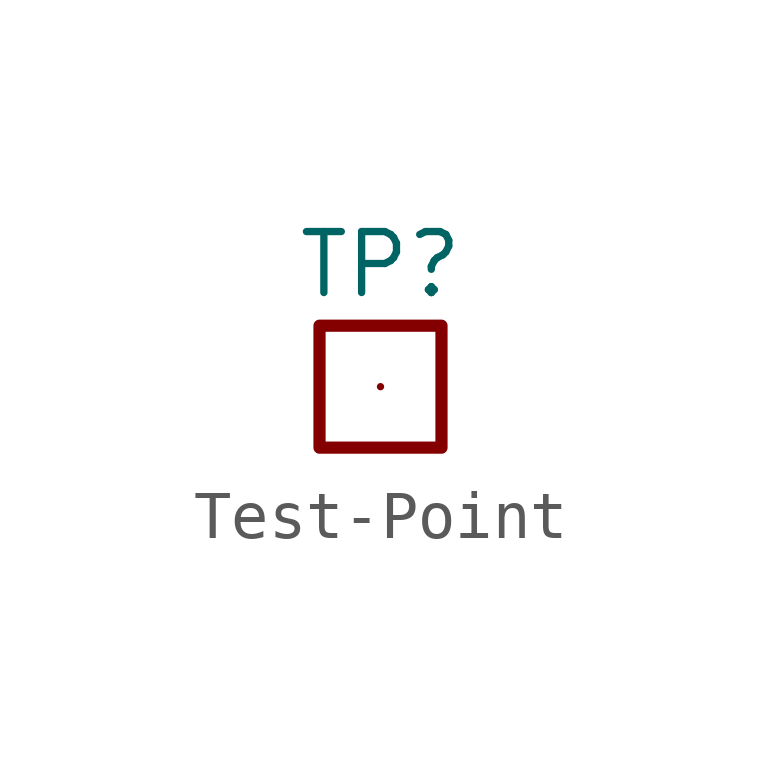
<source format=kicad_sym>
(kicad_symbol_lib
  (version 20211014)
  (generator kicad_symbol_editor)
  (symbol "Test-Point"
    (pin_numbers hide)
    (pin_names hide)
    (property "Reference" "TP"
      (at 0 2.54 0)
      (effects (font (size 1.27 1.27))))
    (symbol "Test-Point_0_1"
      (rectangle (start -1.27 1.27) (end 1.27 -1.27) (stroke (width 0.254) (type default) (color 0 0 0 0)) (fill (type none))))
    (symbol "Test-Point_1_1"
      (pin passive line (at 0 0 90) (length 0) (name "" (effects (font (size 1.27 1.27)))) (number "1" (effects (font (size 1.27 1.27))))))))
</source>
